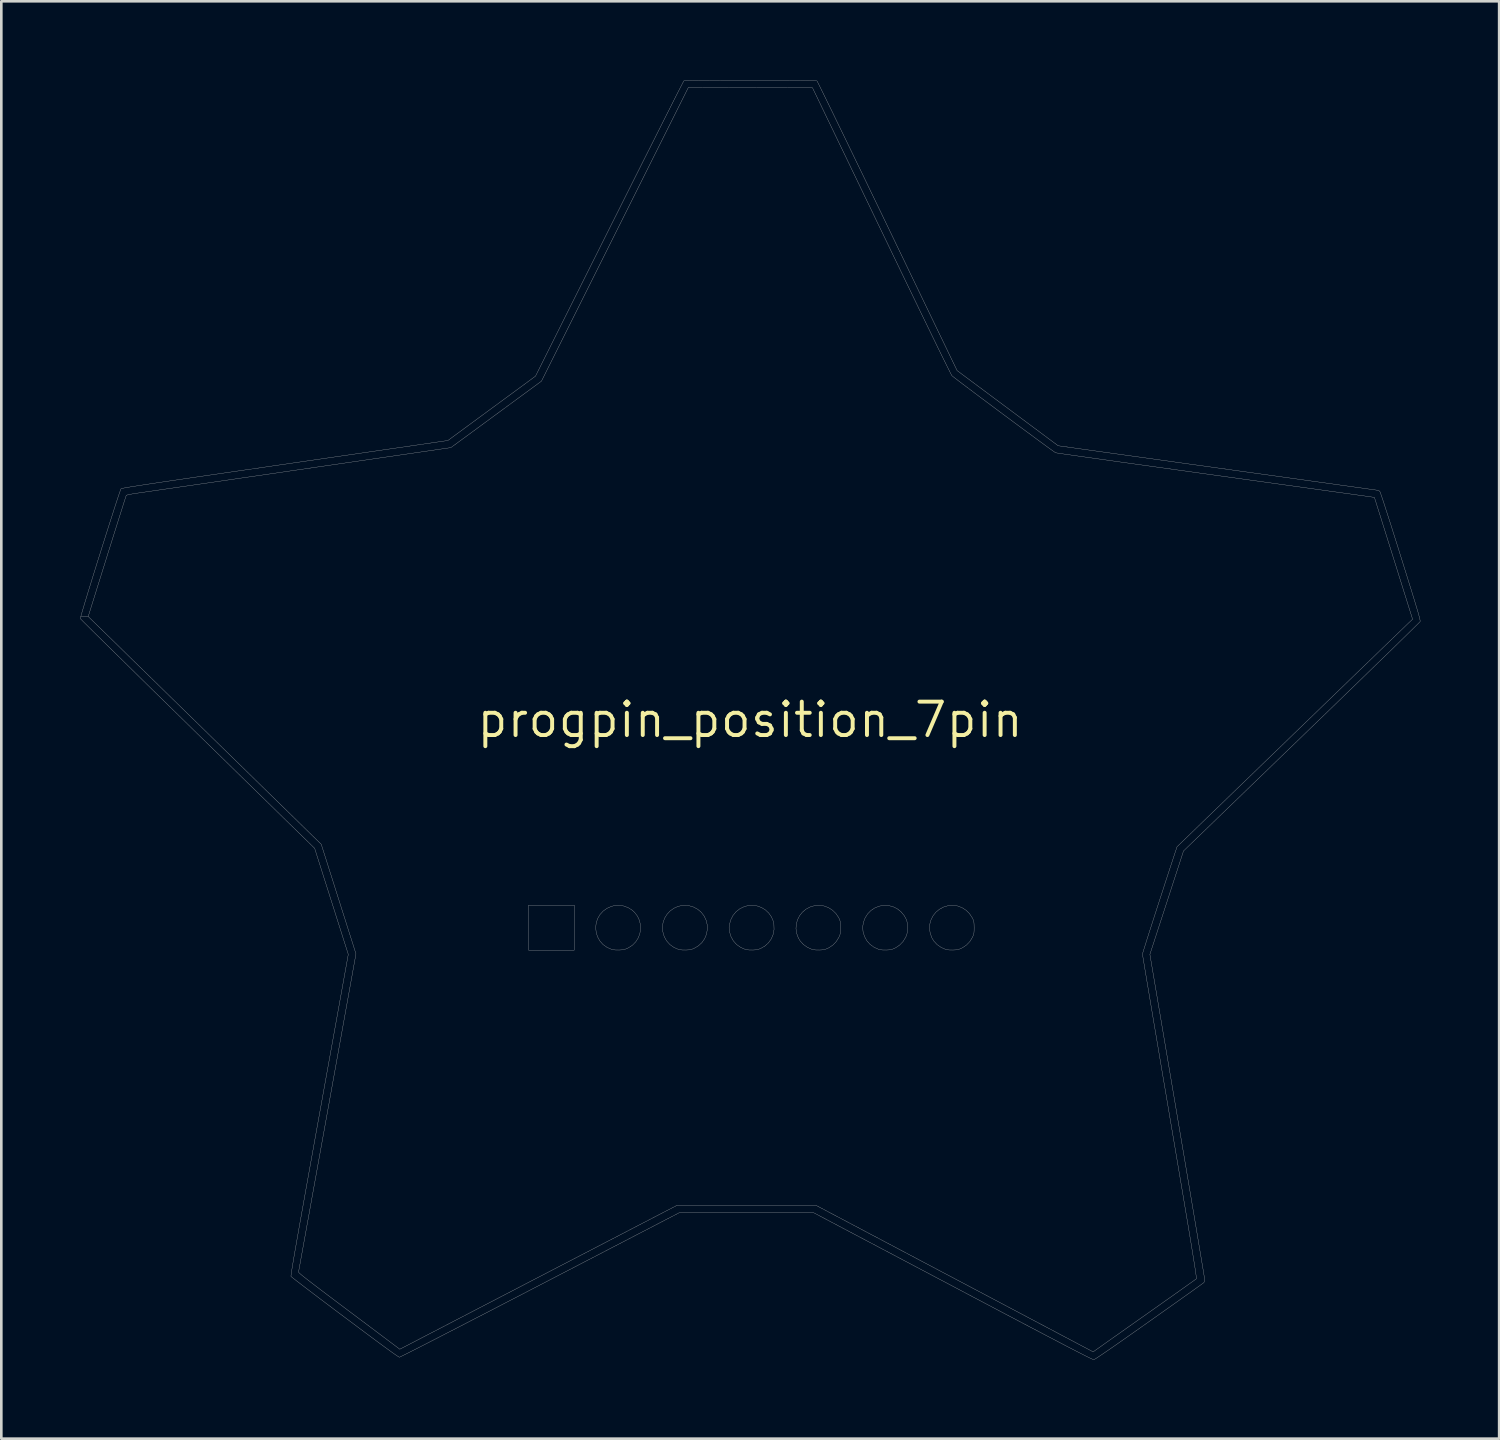
<source format=kicad_pcb>
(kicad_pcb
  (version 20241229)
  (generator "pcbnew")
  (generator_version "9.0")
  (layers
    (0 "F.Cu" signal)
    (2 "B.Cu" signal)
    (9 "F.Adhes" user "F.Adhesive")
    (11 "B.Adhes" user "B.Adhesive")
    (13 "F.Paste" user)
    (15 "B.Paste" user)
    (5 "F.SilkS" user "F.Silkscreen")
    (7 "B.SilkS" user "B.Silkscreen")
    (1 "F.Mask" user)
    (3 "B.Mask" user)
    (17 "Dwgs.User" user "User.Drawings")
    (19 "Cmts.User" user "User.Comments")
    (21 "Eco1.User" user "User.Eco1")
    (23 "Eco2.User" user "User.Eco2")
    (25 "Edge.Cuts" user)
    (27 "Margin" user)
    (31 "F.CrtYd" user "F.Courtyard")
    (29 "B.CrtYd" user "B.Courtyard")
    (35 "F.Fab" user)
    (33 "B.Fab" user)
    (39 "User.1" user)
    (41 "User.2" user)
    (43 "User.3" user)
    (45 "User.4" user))
  (footprint "progpin_position_7pin"
    (layer "F.Cu")
    (at 25.478 24.325)
    (property "Reference" "progpin_position_7pin" (at 0 0 0) (layer "F.SilkS") (effects (font (size 1.27 1.27) (thickness 0.15))))
    (attr through_hole)
    (fp_poly (pts (xy -6.689 8.763) (xy -8.424 8.763) (xy -8.424 7.048) (xy -6.689 7.048) (xy -6.689 8.763)) (stroke (width 0.01) (type solid)) (fill no) (layer "Dwgs.User"))
    (fp_poly (pts (xy -4.804 7.083) (xy -4.635 7.146) (xy -4.481 7.244) (xy -4.391 7.327) (xy -4.281 7.473) (xy -4.208 7.633) (xy -4.17 7.802) (xy -4.166 7.973) (xy -4.195 8.141) (xy -4.257 8.3) (xy -4.35 8.445) (xy -4.472 8.571) (xy -4.624 8.67) (xy -4.652 8.684) (xy -4.733 8.719) (xy -4.803 8.74) (xy -4.882 8.751) (xy -4.985 8.757) (xy -5.105 8.756) (xy -5.204 8.747) (xy -5.26 8.735) (xy -5.443 8.654) (xy -5.596 8.545) (xy -5.717 8.408) (xy -5.805 8.246) (xy -5.854 8.084) (xy -5.873 7.899) (xy -5.852 7.721) (xy -5.795 7.555) (xy -5.706 7.404) (xy -5.587 7.274) (xy -5.442 7.17) (xy -5.273 7.096) (xy -5.159 7.067) (xy -4.981 7.056) (xy -4.804 7.083)) (stroke (width 0.01) (type solid)) (fill no) (layer "Dwgs.User"))
    (fp_poly (pts (xy -2.334 7.067) (xy -2.152 7.121) (xy -1.99 7.208) (xy -1.854 7.325) (xy -1.745 7.468) (xy -1.669 7.632) (xy -1.634 7.785) (xy -1.627 7.976) (xy -1.66 8.158) (xy -1.729 8.325) (xy -1.832 8.473) (xy -1.967 8.597) (xy -2.117 8.686) (xy -2.195 8.72) (xy -2.266 8.741) (xy -2.346 8.752) (xy -2.445 8.757) (xy -2.565 8.756) (xy -2.664 8.747) (xy -2.72 8.735) (xy -2.903 8.654) (xy -3.056 8.544) (xy -3.178 8.406) (xy -3.267 8.243) (xy -3.321 8.056) (xy -3.324 8.041) (xy -3.334 7.863) (xy -3.306 7.692) (xy -3.245 7.533) (xy -3.154 7.39) (xy -3.037 7.267) (xy -2.899 7.169) (xy -2.744 7.098) (xy -2.577 7.06) (xy -2.401 7.058) (xy -2.334 7.067)) (stroke (width 0.01) (type solid)) (fill no) (layer "Dwgs.User"))
    (fp_poly (pts (xy 0.273 7.081) (xy 0.435 7.141) (xy 0.583 7.232) (xy 0.709 7.351) (xy 0.809 7.492) (xy 0.878 7.654) (xy 0.905 7.78) (xy 0.911 7.974) (xy 0.878 8.157) (xy 0.81 8.325) (xy 0.707 8.473) (xy 0.573 8.597) (xy 0.423 8.686) (xy 0.345 8.72) (xy 0.274 8.741) (xy 0.194 8.752) (xy 0.095 8.757) (xy -0.024 8.756) (xy -0.123 8.747) (xy -0.18 8.735) (xy -0.363 8.654) (xy -0.516 8.545) (xy -0.638 8.408) (xy -0.727 8.245) (xy -0.774 8.092) (xy -0.793 7.993) (xy -0.799 7.913) (xy -0.793 7.831) (xy -0.787 7.797) (xy -0.736 7.609) (xy -0.651 7.442) (xy -0.534 7.3) (xy -0.39 7.187) (xy -0.222 7.106) (xy -0.079 7.067) (xy 0.099 7.055) (xy 0.273 7.081)) (stroke (width 0.01) (type solid)) (fill no) (layer "Dwgs.User"))
    (fp_poly (pts (xy 2.814 7.082) (xy 2.981 7.145) (xy 3.132 7.241) (xy 3.262 7.366) (xy 3.365 7.518) (xy 3.385 7.556) (xy 3.41 7.614) (xy 3.426 7.667) (xy 3.435 7.728) (xy 3.439 7.809) (xy 3.44 7.906) (xy 3.439 8.012) (xy 3.435 8.088) (xy 3.425 8.147) (xy 3.408 8.201) (xy 3.381 8.263) (xy 3.374 8.276) (xy 3.278 8.433) (xy 3.149 8.567) (xy 2.997 8.67) (xy 2.963 8.686) (xy 2.885 8.72) (xy 2.814 8.741) (xy 2.734 8.752) (xy 2.635 8.757) (xy 2.515 8.756) (xy 2.416 8.747) (xy 2.36 8.735) (xy 2.183 8.656) (xy 2.03 8.548) (xy 1.907 8.415) (xy 1.835 8.296) (xy 1.77 8.121) (xy 1.745 7.943) (xy 1.757 7.769) (xy 1.804 7.603) (xy 1.882 7.451) (xy 1.99 7.316) (xy 2.125 7.203) (xy 2.284 7.119) (xy 2.461 7.067) (xy 2.639 7.055) (xy 2.814 7.082)) (stroke (width 0.01) (type solid)) (fill no) (layer "Dwgs.User"))
    (fp_poly (pts (xy 5.265 7.065) (xy 5.435 7.108) (xy 5.593 7.186) (xy 5.734 7.296) (xy 5.854 7.438) (xy 5.92 7.552) (xy 5.947 7.61) (xy 5.964 7.662) (xy 5.974 7.719) (xy 5.978 7.794) (xy 5.98 7.898) (xy 5.98 7.906) (xy 5.979 8.012) (xy 5.975 8.088) (xy 5.965 8.147) (xy 5.948 8.201) (xy 5.921 8.263) (xy 5.914 8.276) (xy 5.818 8.433) (xy 5.689 8.567) (xy 5.537 8.67) (xy 5.503 8.686) (xy 5.425 8.72) (xy 5.354 8.741) (xy 5.274 8.752) (xy 5.175 8.757) (xy 5.055 8.756) (xy 4.956 8.747) (xy 4.9 8.735) (xy 4.718 8.654) (xy 4.564 8.543) (xy 4.441 8.405) (xy 4.351 8.242) (xy 4.296 8.055) (xy 4.294 8.044) (xy 4.283 7.869) (xy 4.312 7.695) (xy 4.376 7.53) (xy 4.472 7.38) (xy 4.597 7.252) (xy 4.737 7.159) (xy 4.911 7.088) (xy 5.088 7.057) (xy 5.265 7.065)) (stroke (width 0.01) (type solid)) (fill no) (layer "Dwgs.User"))
    (fp_poly (pts (xy 7.896 7.082) (xy 8.062 7.146) (xy 8.212 7.243) (xy 8.342 7.37) (xy 8.446 7.525) (xy 8.46 7.552) (xy 8.487 7.61) (xy 8.504 7.662) (xy 8.514 7.719) (xy 8.518 7.794) (xy 8.52 7.898) (xy 8.52 7.906) (xy 8.519 8.012) (xy 8.515 8.088) (xy 8.505 8.147) (xy 8.488 8.201) (xy 8.461 8.263) (xy 8.454 8.276) (xy 8.358 8.433) (xy 8.229 8.567) (xy 8.077 8.67) (xy 8.043 8.686) (xy 7.965 8.72) (xy 7.894 8.741) (xy 7.814 8.752) (xy 7.715 8.757) (xy 7.595 8.756) (xy 7.496 8.747) (xy 7.44 8.735) (xy 7.263 8.656) (xy 7.11 8.548) (xy 6.987 8.415) (xy 6.915 8.296) (xy 6.85 8.119) (xy 6.824 7.942) (xy 6.836 7.767) (xy 6.882 7.602) (xy 6.961 7.449) (xy 7.069 7.315) (xy 7.205 7.203) (xy 7.366 7.118) (xy 7.544 7.067) (xy 7.722 7.055) (xy 7.896 7.082)) (stroke (width 0.01) (type solid)) (fill no) (layer "Dwgs.User"))
    (fp_poly (pts (xy 0.406 -24.32) (xy 0.759 -24.32) (xy 1.074 -24.319) (xy 1.353 -24.319) (xy 1.597 -24.318) (xy 1.808 -24.317) (xy 1.988 -24.315) (xy 2.139 -24.313) (xy 2.263 -24.311) (xy 2.362 -24.309) (xy 2.437 -24.306) (xy 2.491 -24.303) (xy 2.526 -24.299) (xy 2.544 -24.295) (xy 2.545 -24.294) (xy 2.557 -24.273) (xy 2.587 -24.215) (xy 2.633 -24.123) (xy 2.696 -23.996) (xy 2.774 -23.838) (xy 2.866 -23.649) (xy 2.973 -23.43) (xy 3.093 -23.185) (xy 3.225 -22.913) (xy 3.369 -22.617) (xy 3.524 -22.298) (xy 3.689 -21.957) (xy 3.864 -21.596) (xy 4.047 -21.217) (xy 4.239 -20.821) (xy 4.438 -20.409) (xy 4.643 -19.984) (xy 4.854 -19.546) (xy 5.071 -19.097) (xy 5.226 -18.775) (xy 7.872 -13.282) (xy 9.794 -11.852) (xy 11.716 -10.422) (xy 12.806 -10.27) (xy 12.93 -10.253) (xy 13.093 -10.23) (xy 13.294 -10.202) (xy 13.529 -10.169) (xy 13.797 -10.132) (xy 14.094 -10.091) (xy 14.419 -10.045) (xy 14.769 -9.997) (xy 15.142 -9.945) (xy 15.535 -9.89) (xy 15.946 -9.833) (xy 16.372 -9.773) (xy 16.812 -9.712) (xy 17.262 -9.65) (xy 17.72 -9.586) (xy 18.185 -9.521) (xy 18.652 -9.456) (xy 18.838 -9.43) (xy 19.291 -9.367) (xy 19.734 -9.306) (xy 20.164 -9.246) (xy 20.579 -9.188) (xy 20.979 -9.132) (xy 21.36 -9.079) (xy 21.721 -9.029) (xy 22.061 -8.982) (xy 22.376 -8.937) (xy 22.667 -8.897) (xy 22.93 -8.86) (xy 23.163 -8.828) (xy 23.366 -8.799) (xy 23.535 -8.775) (xy 23.67 -8.757) (xy 23.768 -8.743) (xy 23.827 -8.734) (xy 23.846 -8.731) (xy 23.904 -8.715) (xy 23.946 -8.694) (xy 23.957 -8.67) (xy 23.981 -8.606) (xy 24.016 -8.505) (xy 24.063 -8.366) (xy 24.12 -8.193) (xy 24.187 -7.984) (xy 24.265 -7.743) (xy 24.352 -7.47) (xy 24.448 -7.166) (xy 24.553 -6.833) (xy 24.667 -6.472) (xy 24.743 -6.226) (xy 24.858 -5.859) (xy 24.961 -5.529) (xy 25.052 -5.236) (xy 25.133 -4.977) (xy 25.203 -4.749) (xy 25.264 -4.552) (xy 25.315 -4.382) (xy 25.359 -4.237) (xy 25.395 -4.116) (xy 25.423 -4.016) (xy 25.446 -3.935) (xy 25.462 -3.871) (xy 25.473 -3.822) (xy 25.48 -3.786) (xy 25.483 -3.76) (xy 25.483 -3.743) (xy 25.48 -3.732) (xy 25.48 -3.732) (xy 25.462 -3.713) (xy 25.416 -3.666) (xy 25.341 -3.592) (xy 25.24 -3.492) (xy 25.113 -3.367) (xy 24.961 -3.218) (xy 24.786 -3.048) (xy 24.589 -2.856) (xy 24.372 -2.643) (xy 24.134 -2.412) (xy 23.878 -2.164) (xy 23.605 -1.898) (xy 23.315 -1.617) (xy 23.011 -1.322) (xy 22.693 -1.014) (xy 22.363 -0.694) (xy 22.021 -0.363) (xy 21.669 -0.023) (xy 21.308 0.326) (xy 20.968 0.655) (xy 16.483 4.99) (xy 15.844 6.956) (xy 15.205 8.922) (xy 16.248 15.082) (xy 16.333 15.587) (xy 16.417 16.081) (xy 16.499 16.563) (xy 16.578 17.032) (xy 16.654 17.485) (xy 16.728 17.921) (xy 16.798 18.338) (xy 16.865 18.735) (xy 16.928 19.11) (xy 16.987 19.461) (xy 17.041 19.787) (xy 17.091 20.086) (xy 17.136 20.356) (xy 17.176 20.596) (xy 17.211 20.804) (xy 17.24 20.978) (xy 17.262 21.117) (xy 17.279 21.219) (xy 17.289 21.283) (xy 17.292 21.306) (xy 17.274 21.379) (xy 17.246 21.414) (xy 17.222 21.432) (xy 17.167 21.472) (xy 17.081 21.534) (xy 16.967 21.615) (xy 16.828 21.715) (xy 16.665 21.831) (xy 16.48 21.962) (xy 16.277 22.107) (xy 16.056 22.263) (xy 15.821 22.43) (xy 15.573 22.605) (xy 15.315 22.788) (xy 15.166 22.893) (xy 14.814 23.142) (xy 14.495 23.366) (xy 14.21 23.566) (xy 13.958 23.742) (xy 13.738 23.895) (xy 13.551 24.024) (xy 13.394 24.131) (xy 13.269 24.215) (xy 13.175 24.277) (xy 13.11 24.317) (xy 13.075 24.335) (xy 13.07 24.336) (xy 13.057 24.333) (xy 13.031 24.323) (xy 12.99 24.305) (xy 12.933 24.279) (xy 12.86 24.243) (xy 12.768 24.198) (xy 12.658 24.142) (xy 12.527 24.075) (xy 12.375 23.997) (xy 12.201 23.907) (xy 12.004 23.805) (xy 11.782 23.689) (xy 11.534 23.559) (xy 11.259 23.415) (xy 10.956 23.256) (xy 10.624 23.082) (xy 10.262 22.891) (xy 9.869 22.684) (xy 9.443 22.46) (xy 8.984 22.217) (xy 8.49 21.957) (xy 7.961 21.677) (xy 7.718 21.548) (xy 2.428 18.754) (xy -2.708 18.754) (xy -7.995 21.498) (xy -8.439 21.728) (xy -8.873 21.953) (xy -9.296 22.172) (xy -9.707 22.385) (xy -10.103 22.59) (xy -10.484 22.786) (xy -10.848 22.974) (xy -11.194 23.152) (xy -11.519 23.32) (xy -11.822 23.476) (xy -12.103 23.62) (xy -12.358 23.751) (xy -12.588 23.868) (xy -12.79 23.971) (xy -12.962 24.058) (xy -13.104 24.13) (xy -13.214 24.184) (xy -13.289 24.221) (xy -13.33 24.24) (xy -13.336 24.242) (xy -13.356 24.234) (xy -13.397 24.209) (xy -13.461 24.167) (xy -13.549 24.106) (xy -13.661 24.026) (xy -13.799 23.926) (xy -13.964 23.806) (xy -14.157 23.664) (xy -14.379 23.5) (xy -14.631 23.312) (xy -14.913 23.102) (xy -15.228 22.866) (xy -15.414 22.727) (xy -15.674 22.533) (xy -15.924 22.345) (xy -16.163 22.165) (xy -16.388 21.995) (xy -16.598 21.836) (xy -16.79 21.69) (xy -16.962 21.559) (xy -17.112 21.444) (xy -17.238 21.347) (xy -17.338 21.27) (xy -17.41 21.213) (xy -17.451 21.179) (xy -17.461 21.169) (xy -17.462 21.157) (xy -17.459 21.127) (xy -17.453 21.079) (xy -17.444 21.011) (xy -17.43 20.923) (xy -17.412 20.813) (xy -17.39 20.68) (xy -17.364 20.523) (xy -17.333 20.341) (xy -17.297 20.133) (xy -17.255 19.897) (xy -17.209 19.632) (xy -17.157 19.337) (xy -17.099 19.012) (xy -17.035 18.654) (xy -16.965 18.263) (xy -16.889 17.837) (xy -16.806 17.376) (xy -16.717 16.877) (xy -16.62 16.341) (xy -16.517 15.766) (xy -16.406 15.151) (xy -16.383 15.024) (xy -15.282 8.922) (xy -16.561 4.889) (xy -21.011 0.539) (xy -21.376 0.182) (xy -21.734 -0.168) (xy -22.082 -0.509) (xy -22.42 -0.84) (xy -22.747 -1.16) (xy -23.061 -1.468) (xy -23.362 -1.763) (xy -23.647 -2.043) (xy -23.916 -2.308) (xy -24.168 -2.555) (xy -24.402 -2.785) (xy -24.616 -2.996) (xy -24.808 -3.186) (xy -24.979 -3.354) (xy -25.126 -3.5) (xy -25.249 -3.623) (xy -25.347 -3.72) (xy -25.417 -3.791) (xy -25.46 -3.834) (xy -25.473 -3.849) (xy -25.469 -3.875) (xy -25.455 -3.928) (xy -25.173 -3.928) (xy -24.837 -3.6) (xy -24.793 -3.557) (xy -24.72 -3.486) (xy -24.619 -3.387) (xy -24.492 -3.263) (xy -24.34 -3.115) (xy -24.165 -2.944) (xy -23.968 -2.752) (xy -23.751 -2.539) (xy -23.514 -2.307) (xy -23.259 -2.058) (xy -22.987 -1.793) (xy -22.7 -1.512) (xy -22.4 -1.218) (xy -22.087 -0.912) (xy -21.763 -0.596) (xy -21.429 -0.269) (xy -21.087 0.065) (xy -20.738 0.407) (xy -20.405 0.732) (xy -16.309 4.737) (xy -15.65 6.819) (xy -14.99 8.901) (xy -16.077 14.933) (xy -16.167 15.432) (xy -16.255 15.92) (xy -16.341 16.396) (xy -16.425 16.858) (xy -16.505 17.305) (xy -16.583 17.734) (xy -16.657 18.144) (xy -16.727 18.534) (xy -16.793 18.901) (xy -16.856 19.245) (xy -16.913 19.563) (xy -16.966 19.854) (xy -17.013 20.116) (xy -17.055 20.347) (xy -17.091 20.547) (xy -17.121 20.712) (xy -17.145 20.842) (xy -17.162 20.935) (xy -17.172 20.99) (xy -17.174 21.004) (xy -17.169 21.015) (xy -17.15 21.036) (xy -17.114 21.069) (xy -17.061 21.113) (xy -16.989 21.172) (xy -16.897 21.245) (xy -16.782 21.334) (xy -16.644 21.44) (xy -16.481 21.565) (xy -16.291 21.709) (xy -16.074 21.873) (xy -15.826 22.06) (xy -15.548 22.269) (xy -15.253 22.49) (xy -13.322 23.939) (xy -8.053 21.203) (xy -2.783 18.468) (xy 2.508 18.468) (xy 7.778 21.253) (xy 13.047 24.039) (xy 13.366 23.814) (xy 13.43 23.768) (xy 13.526 23.7) (xy 13.65 23.612) (xy 13.8 23.506) (xy 13.973 23.385) (xy 14.164 23.249) (xy 14.372 23.103) (xy 14.594 22.946) (xy 14.825 22.783) (xy 15.064 22.615) (xy 15.306 22.443) (xy 15.314 22.438) (xy 15.549 22.272) (xy 15.774 22.113) (xy 15.988 21.962) (xy 16.187 21.821) (xy 16.369 21.692) (xy 16.531 21.577) (xy 16.672 21.476) (xy 16.789 21.393) (xy 16.879 21.329) (xy 16.94 21.285) (xy 16.97 21.264) (xy 16.972 21.262) (xy 16.974 21.253) (xy 16.973 21.232) (xy 16.97 21.197) (xy 16.964 21.147) (xy 16.955 21.081) (xy 16.943 20.996) (xy 16.928 20.893) (xy 16.909 20.77) (xy 16.886 20.625) (xy 16.859 20.457) (xy 16.828 20.265) (xy 16.793 20.048) (xy 16.753 19.804) (xy 16.708 19.532) (xy 16.658 19.232) (xy 16.602 18.9) (xy 16.541 18.537) (xy 16.475 18.141) (xy 16.403 17.711) (xy 16.324 17.245) (xy 16.239 16.742) (xy 16.148 16.202) (xy 16.05 15.622) (xy 15.961 15.097) (xy 15.876 14.593) (xy 15.793 14.1) (xy 15.711 13.619) (xy 15.632 13.152) (xy 15.556 12.7) (xy 15.483 12.266) (xy 15.413 11.85) (xy 15.346 11.455) (xy 15.284 11.082) (xy 15.225 10.733) (xy 15.171 10.409) (xy 15.121 10.113) (xy 15.076 9.845) (xy 15.037 9.607) (xy 15.002 9.402) (xy 14.974 9.23) (xy 14.951 9.093) (xy 14.935 8.994) (xy 14.925 8.933) (xy 14.922 8.912) (xy 14.929 8.886) (xy 14.947 8.824) (xy 14.977 8.727) (xy 15.017 8.599) (xy 15.066 8.442) (xy 15.124 8.261) (xy 15.188 8.058) (xy 15.259 7.837) (xy 15.335 7.599) (xy 15.416 7.349) (xy 15.5 7.089) (xy 15.586 6.822) (xy 15.674 6.552) (xy 15.761 6.281) (xy 15.849 6.013) (xy 15.934 5.75) (xy 16.018 5.496) (xy 16.097 5.254) (xy 16.131 5.15) (xy 16.238 4.828) (xy 20.579 0.631) (xy 20.942 0.28) (xy 21.298 -0.064) (xy 21.646 -0.4) (xy 21.984 -0.727) (xy 22.311 -1.043) (xy 22.627 -1.348) (xy 22.928 -1.639) (xy 23.215 -1.917) (xy 23.487 -2.179) (xy 23.741 -2.424) (xy 23.976 -2.652) (xy 24.192 -2.86) (xy 24.387 -3.048) (xy 24.56 -3.215) (xy 24.709 -3.359) (xy 24.834 -3.479) (xy 24.933 -3.575) (xy 25.004 -3.643) (xy 25.047 -3.685) (xy 25.059 -3.695) (xy 25.196 -3.824) (xy 24.472 -6.139) (xy 24.377 -6.441) (xy 24.286 -6.732) (xy 24.199 -7.009) (xy 24.118 -7.269) (xy 24.042 -7.511) (xy 23.973 -7.73) (xy 23.911 -7.926) (xy 23.858 -8.095) (xy 23.814 -8.235) (xy 23.78 -8.343) (xy 23.756 -8.416) (xy 23.744 -8.454) (xy 23.743 -8.458) (xy 23.722 -8.461) (xy 23.663 -8.47) (xy 23.57 -8.483) (xy 23.447 -8.501) (xy 23.299 -8.522) (xy 23.129 -8.545) (xy 22.941 -8.572) (xy 22.74 -8.6) (xy 22.722 -8.602) (xy 21.878 -8.719) (xy 21.075 -8.831) (xy 20.312 -8.937) (xy 19.588 -9.038) (xy 18.902 -9.133) (xy 18.254 -9.223) (xy 17.643 -9.308) (xy 17.067 -9.388) (xy 16.526 -9.464) (xy 16.019 -9.534) (xy 15.545 -9.6) (xy 15.103 -9.662) (xy 14.693 -9.719) (xy 14.312 -9.772) (xy 13.961 -9.821) (xy 13.639 -9.867) (xy 13.344 -9.908) (xy 13.076 -9.946) (xy 12.834 -9.98) (xy 12.617 -10.01) (xy 12.424 -10.038) (xy 12.254 -10.062) (xy 12.106 -10.083) (xy 11.98 -10.101) (xy 11.874 -10.116) (xy 11.788 -10.129) (xy 11.721 -10.139) (xy 11.671 -10.147) (xy 11.639 -10.152) (xy 11.622 -10.155) (xy 11.62 -10.156) (xy 11.596 -10.171) (xy 11.54 -10.21) (xy 11.456 -10.27) (xy 11.345 -10.349) (xy 11.212 -10.447) (xy 11.057 -10.56) (xy 10.885 -10.686) (xy 10.697 -10.825) (xy 10.496 -10.973) (xy 10.286 -11.128) (xy 10.067 -11.29) (xy 9.844 -11.456) (xy 9.618 -11.623) (xy 9.393 -11.791) (xy 9.17 -11.957) (xy 8.954 -12.118) (xy 8.745 -12.274) (xy 8.548 -12.422) (xy 8.363 -12.561) (xy 8.195 -12.687) (xy 8.046 -12.8) (xy 7.918 -12.897) (xy 7.815 -12.977) (xy 7.737 -13.037) (xy 7.689 -13.075) (xy 7.675 -13.088) (xy 7.659 -13.114) (xy 7.626 -13.177) (xy 7.576 -13.277) (xy 7.508 -13.412) (xy 7.424 -13.582) (xy 7.323 -13.785) (xy 7.207 -14.022) (xy 7.076 -14.29) (xy 6.93 -14.59) (xy 6.769 -14.921) (xy 6.595 -15.28) (xy 6.406 -15.669) (xy 6.205 -16.085) (xy 5.991 -16.528) (xy 5.764 -16.997) (xy 5.526 -17.491) (xy 5.276 -18.009) (xy 5.015 -18.55) (xy 4.993 -18.595) (xy 2.374 -24.035) (xy 0.012 -24.04) (xy -2.349 -24.046) (xy -5.142 -18.463) (xy -7.934 -12.88) (xy -9.347 -11.843) (xy -9.573 -11.677) (xy -9.795 -11.514) (xy -10.01 -11.356) (xy -10.216 -11.205) (xy -10.408 -11.064) (xy -10.583 -10.936) (xy -10.739 -10.821) (xy -10.871 -10.724) (xy -10.977 -10.647) (xy -11.054 -10.591) (xy -11.071 -10.578) (xy -11.382 -10.351) (xy -13.718 -10.011) (xy -14.169 -9.946) (xy -14.629 -9.879) (xy -15.098 -9.811) (xy -15.572 -9.742) (xy -16.051 -9.672) (xy -16.531 -9.603) (xy -17.01 -9.533) (xy -17.487 -9.464) (xy -17.96 -9.395) (xy -18.425 -9.327) (xy -18.882 -9.261) (xy -19.328 -9.197) (xy -19.76 -9.134) (xy -20.177 -9.073) (xy -20.576 -9.015) (xy -20.955 -8.96) (xy -21.313 -8.908) (xy -21.647 -8.86) (xy -21.955 -8.815) (xy -22.234 -8.775) (xy -22.483 -8.739) (xy -22.7 -8.707) (xy -22.882 -8.681) (xy -23.027 -8.66) (xy -23.133 -8.645) (xy -23.164 -8.64) (xy -23.343 -8.614) (xy -23.484 -8.592) (xy -23.59 -8.573) (xy -23.663 -8.557) (xy -23.708 -8.543) (xy -23.727 -8.531) (xy -23.728 -8.53) (xy -23.736 -8.506) (xy -23.756 -8.444) (xy -23.787 -8.347) (xy -23.829 -8.218) (xy -23.879 -8.058) (xy -23.939 -7.871) (xy -24.005 -7.658) (xy -24.079 -7.424) (xy -24.159 -7.17) (xy -24.244 -6.899) (xy -24.334 -6.613) (xy -24.427 -6.316) (xy -24.459 -6.213) (xy -25.173 -3.928) (xy -25.455 -3.928) (xy -25.452 -3.938) (xy -25.425 -4.035) (xy -25.387 -4.164) (xy -25.341 -4.32) (xy -25.286 -4.502) (xy -25.224 -4.706) (xy -25.156 -4.929) (xy -25.082 -5.169) (xy -25.004 -5.421) (xy -24.923 -5.684) (xy -24.839 -5.953) (xy -24.753 -6.227) (xy -24.667 -6.501) (xy -24.581 -6.774) (xy -24.497 -7.041) (xy -24.414 -7.301) (xy -24.335 -7.549) (xy -24.26 -7.783) (xy -24.191 -8) (xy -24.127 -8.197) (xy -24.07 -8.37) (xy -24.021 -8.518) (xy -23.981 -8.636) (xy -23.951 -8.722) (xy -23.932 -8.773) (xy -23.925 -8.785) (xy -23.915 -8.791) (xy -23.891 -8.798) (xy -23.852 -8.806) (xy -23.797 -8.817) (xy -23.725 -8.83) (xy -23.633 -8.846) (xy -23.521 -8.865) (xy -23.386 -8.886) (xy -23.228 -8.911) (xy -23.044 -8.939) (xy -22.833 -8.971) (xy -22.594 -9.007) (xy -22.325 -9.047) (xy -22.024 -9.091) (xy -21.691 -9.14) (xy -21.323 -9.194) (xy -20.919 -9.253) (xy -20.478 -9.317) (xy -19.997 -9.387) (xy -19.558 -9.451) (xy -19.104 -9.517) (xy -18.643 -9.583) (xy -18.18 -9.651) (xy -17.716 -9.718) (xy -17.256 -9.785) (xy -16.802 -9.851) (xy -16.358 -9.915) (xy -15.927 -9.978) (xy -15.512 -10.038) (xy -15.117 -10.095) (xy -14.745 -10.149) (xy -14.398 -10.2) (xy -14.081 -10.246) (xy -13.797 -10.287) (xy -13.548 -10.323) (xy -13.361 -10.35) (xy -11.493 -10.622) (xy -10.874 -11.077) (xy -10.738 -11.177) (xy -10.573 -11.298) (xy -10.385 -11.436) (xy -10.181 -11.586) (xy -9.965 -11.745) (xy -9.744 -11.907) (xy -9.523 -12.069) (xy -9.308 -12.227) (xy -9.207 -12.301) (xy -8.16 -13.071) (xy -5.355 -18.676) (xy -5.125 -19.134) (xy -4.9 -19.583) (xy -4.681 -20.02) (xy -4.468 -20.445) (xy -4.262 -20.855) (xy -4.064 -21.25) (xy -3.874 -21.627) (xy -3.693 -21.986) (xy -3.523 -22.325) (xy -3.363 -22.642) (xy -3.215 -22.937) (xy -3.078 -23.206) (xy -2.955 -23.45) (xy -2.846 -23.666) (xy -2.751 -23.852) (xy -2.671 -24.009) (xy -2.607 -24.133) (xy -2.56 -24.224) (xy -2.53 -24.281) (xy -2.518 -24.3) (xy -2.493 -24.303) (xy -2.426 -24.306) (xy -2.321 -24.308) (xy -2.179 -24.311) (xy -2.002 -24.313) (xy -1.792 -24.315) (xy -1.549 -24.316) (xy -1.277 -24.318) (xy -0.977 -24.319) (xy -0.65 -24.32) (xy -0.299 -24.32) (xy 0.012 -24.32) (xy 0.406 -24.32)) (stroke (width 0.01) (type solid)) (fill no) (layer "Dwgs.User")))
  (gr_rect
    (start -3 -3)
    (end 53.966 51.666)
    (stroke (width 0.1) (type default))
    (fill no)
    (layer "Edge.Cuts")))
</source>
